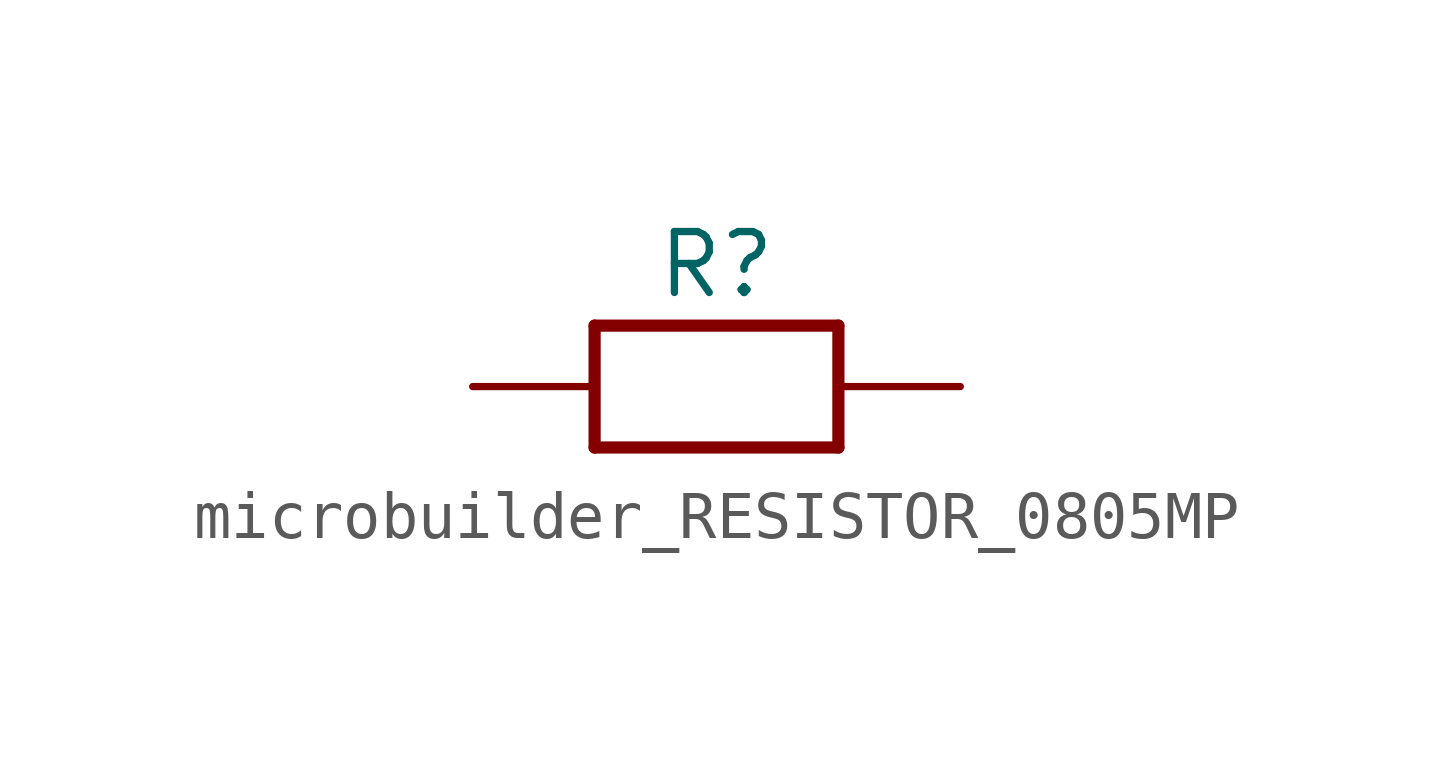
<source format=kicad_sym>
(kicad_symbol_lib
  (version 20231120)
  (generator "kicad_symbol_editor")
  (generator_version "8.0")
  (symbol "microbuilder_RESISTOR_0805MP"
    (property "Reference" "R"
      (at 0 2.54 0)
      (effects (font (size 1.27 1.27))))
    (property "Value" ""
      (at 0 0 0)
      (effects (font (size 1.016 1.016) (thickness 0.203) (bold yes))))
    (property "ki_locked" ""
      (at 0 0 0)
      (effects (font (size 1.27 1.27))))
    (symbol "microbuilder_RESISTOR_0805MP_1_0"
      (polyline (pts (xy -2.54 -1.27) (xy -2.54 1.27)) (stroke (width 0.254) (type solid)) (fill (type none)))
      (polyline (pts (xy -2.54 1.27) (xy 2.54 1.27)) (stroke (width 0.254) (type solid)) (fill (type none)))
      (polyline (pts (xy 2.54 -1.27) (xy -2.54 -1.27)) (stroke (width 0.254) (type solid)) (fill (type none)))
      (polyline (pts (xy 2.54 1.27) (xy 2.54 -1.27)) (stroke (width 0.254) (type solid)) (fill (type none)))
      (pin passive line (at -5.08 0 0) (length 2.54) (name "1" (effects (font (size 0 0)))) (number "1" (effects (font (size 0 0)))))
      (pin passive line (at 5.08 0 180) (length 2.54) (name "2" (effects (font (size 0 0)))) (number "2" (effects (font (size 0 0))))))))
</source>
